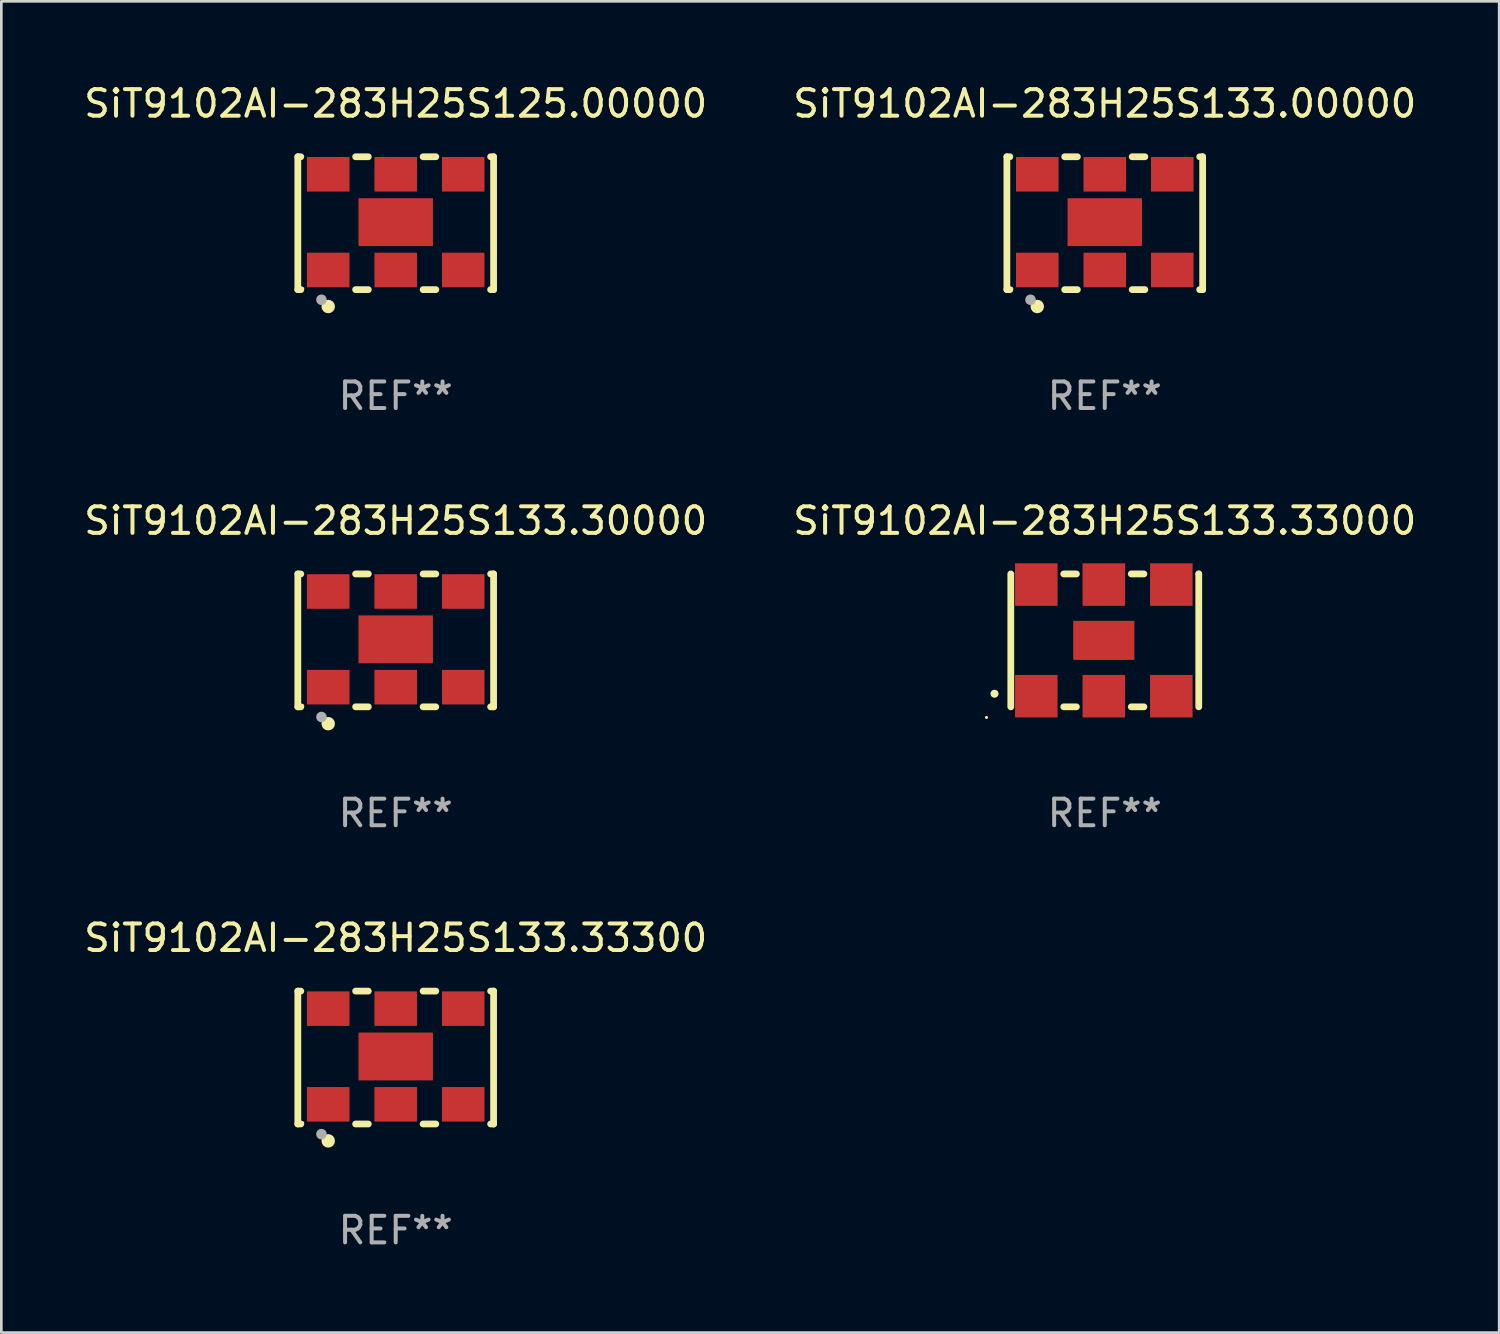
<source format=kicad_pcb>
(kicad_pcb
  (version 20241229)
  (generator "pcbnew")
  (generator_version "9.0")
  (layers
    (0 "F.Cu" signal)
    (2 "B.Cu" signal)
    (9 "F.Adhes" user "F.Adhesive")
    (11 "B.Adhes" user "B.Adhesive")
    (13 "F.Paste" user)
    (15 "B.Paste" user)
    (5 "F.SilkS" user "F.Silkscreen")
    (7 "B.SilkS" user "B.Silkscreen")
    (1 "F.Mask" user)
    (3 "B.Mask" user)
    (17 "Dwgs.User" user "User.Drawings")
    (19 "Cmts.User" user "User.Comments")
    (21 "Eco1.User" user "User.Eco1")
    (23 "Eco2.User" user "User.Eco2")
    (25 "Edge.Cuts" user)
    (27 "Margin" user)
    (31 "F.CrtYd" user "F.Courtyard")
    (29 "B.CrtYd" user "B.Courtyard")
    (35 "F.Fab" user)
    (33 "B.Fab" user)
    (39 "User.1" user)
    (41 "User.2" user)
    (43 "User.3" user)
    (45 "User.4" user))
  (footprint "SiT9102AI-283H25S125.00000"
    (layer "F.Cu")
    (at 11.839 5.348)
    (property "Reference" "SiT9102AI-283H25S125.00000" (at 0 -4.5 0) (layer "F.SilkS") (effects (font (size 1 1) (thickness 0.15))))
    (attr through_hole)
    (fp_line (start -3.683 -2.5) (end -3.571 -2.5) (stroke (width 0.254) (type solid)) (layer "F.SilkS"))
    (fp_line (start -3.683 2.5) (end -3.683 -2.5) (stroke (width 0.254) (type solid)) (layer "F.SilkS"))
    (fp_line (start -3.683 2.5) (end -3.571 2.5) (stroke (width 0.254) (type solid)) (layer "F.SilkS"))
    (fp_line (start -1.509 -2.5) (end -1.031 -2.5) (stroke (width 0.254) (type solid)) (layer "F.SilkS"))
    (fp_line (start -1.509 2.5) (end -1.031 2.5) (stroke (width 0.254) (type solid)) (layer "F.SilkS"))
    (fp_line (start 1.031 -2.5) (end 1.509 -2.5) (stroke (width 0.254) (type solid)) (layer "F.SilkS"))
    (fp_line (start 1.031 2.5) (end 1.509 2.5) (stroke (width 0.254) (type solid)) (layer "F.SilkS"))
    (fp_line (start 3.571 -2.5) (end 3.683 -2.5) (stroke (width 0.254) (type solid)) (layer "F.SilkS"))
    (fp_line (start 3.571 2.5) (end 3.683 2.5) (stroke (width 0.254) (type solid)) (layer "F.SilkS"))
    (fp_line (start 3.683 2.5) (end 3.683 -2.5) (stroke (width 0.254) (type solid)) (layer "F.SilkS"))
    (fp_circle (center -3.5 2.46) (end -3.47 2.46) (stroke (width 0.06) (type solid)) (fill no) (layer "F.SilkS"))
    (fp_circle (center -2.54 3.135) (end -2.413 3.135) (stroke (width 0.254) (type solid)) (fill no) (layer "F.SilkS"))
    (fp_circle (center -2.794 2.881) (end -2.694 2.881) (stroke (width 0.2) (type solid)) (fill no) (layer "F.Fab"))
    (fp_text user "REF**" (at 0 6.5 0) (layer "F.Fab") (effects (font (size 1 1) (thickness 0.15))))
    (pad "1" smd rect (at -2.54 1.76) (size 1.6 1.3) (layers "F.Cu" "F.Mask" "F.Paste"))
    (pad "2" smd rect (at 0 1.76) (size 1.6 1.3) (layers "F.Cu" "F.Mask" "F.Paste"))
    (pad "3" smd rect (at 2.54 1.76) (size 1.6 1.3) (layers "F.Cu" "F.Mask" "F.Paste"))
    (pad "4" smd rect (at 2.54 -1.84) (size 1.6 1.3) (layers "F.Cu" "F.Mask" "F.Paste"))
    (pad "5" smd rect (at 0 -1.84) (size 1.6 1.3) (layers "F.Cu" "F.Mask" "F.Paste"))
    (pad "6" smd rect (at -2.54 -1.84) (size 1.6 1.3) (layers "F.Cu" "F.Mask" "F.Paste"))
    (pad "7" smd rect (at 0 -0.04) (size 2.8 1.8) (layers "F.Cu" "F.Mask" "F.Paste")))
  (footprint "SiT9102AI-283H25S133.00000"
    (layer "F.Cu")
    (at 38.518 5.348)
    (property "Reference" "SiT9102AI-283H25S133.00000" (at 0 -4.5 0) (layer "F.SilkS") (effects (font (size 1 1) (thickness 0.15))))
    (attr through_hole)
    (fp_line (start -3.683 -2.5) (end -3.571 -2.5) (stroke (width 0.254) (type solid)) (layer "F.SilkS"))
    (fp_line (start -3.683 2.5) (end -3.683 -2.5) (stroke (width 0.254) (type solid)) (layer "F.SilkS"))
    (fp_line (start -3.683 2.5) (end -3.571 2.5) (stroke (width 0.254) (type solid)) (layer "F.SilkS"))
    (fp_line (start -1.509 -2.5) (end -1.031 -2.5) (stroke (width 0.254) (type solid)) (layer "F.SilkS"))
    (fp_line (start -1.509 2.5) (end -1.031 2.5) (stroke (width 0.254) (type solid)) (layer "F.SilkS"))
    (fp_line (start 1.031 -2.5) (end 1.509 -2.5) (stroke (width 0.254) (type solid)) (layer "F.SilkS"))
    (fp_line (start 1.031 2.5) (end 1.509 2.5) (stroke (width 0.254) (type solid)) (layer "F.SilkS"))
    (fp_line (start 3.571 -2.5) (end 3.683 -2.5) (stroke (width 0.254) (type solid)) (layer "F.SilkS"))
    (fp_line (start 3.571 2.5) (end 3.683 2.5) (stroke (width 0.254) (type solid)) (layer "F.SilkS"))
    (fp_line (start 3.683 2.5) (end 3.683 -2.5) (stroke (width 0.254) (type solid)) (layer "F.SilkS"))
    (fp_circle (center -3.5 2.46) (end -3.47 2.46) (stroke (width 0.06) (type solid)) (fill no) (layer "F.SilkS"))
    (fp_circle (center -2.54 3.135) (end -2.413 3.135) (stroke (width 0.254) (type solid)) (fill no) (layer "F.SilkS"))
    (fp_circle (center -2.794 2.881) (end -2.694 2.881) (stroke (width 0.2) (type solid)) (fill no) (layer "F.Fab"))
    (fp_text user "REF**" (at 0 6.5 0) (layer "F.Fab") (effects (font (size 1 1) (thickness 0.15))))
    (pad "1" smd rect (at -2.54 1.76) (size 1.6 1.3) (layers "F.Cu" "F.Mask" "F.Paste"))
    (pad "2" smd rect (at 0 1.76) (size 1.6 1.3) (layers "F.Cu" "F.Mask" "F.Paste"))
    (pad "3" smd rect (at 2.54 1.76) (size 1.6 1.3) (layers "F.Cu" "F.Mask" "F.Paste"))
    (pad "4" smd rect (at 2.54 -1.84) (size 1.6 1.3) (layers "F.Cu" "F.Mask" "F.Paste"))
    (pad "5" smd rect (at 0 -1.84) (size 1.6 1.3) (layers "F.Cu" "F.Mask" "F.Paste"))
    (pad "6" smd rect (at -2.54 -1.84) (size 1.6 1.3) (layers "F.Cu" "F.Mask" "F.Paste"))
    (pad "7" smd rect (at 0 -0.04) (size 2.8 1.8) (layers "F.Cu" "F.Mask" "F.Paste")))
  (footprint "SiT9102AI-283H25S133.30000"
    (layer "F.Cu")
    (at 11.839 21.045)
    (property "Reference" "SiT9102AI-283H25S133.30000" (at 0 -4.5 0) (layer "F.SilkS") (effects (font (size 1 1) (thickness 0.15))))
    (attr through_hole)
    (fp_line (start -3.683 -2.5) (end -3.571 -2.5) (stroke (width 0.254) (type solid)) (layer "F.SilkS"))
    (fp_line (start -3.683 2.5) (end -3.683 -2.5) (stroke (width 0.254) (type solid)) (layer "F.SilkS"))
    (fp_line (start -3.683 2.5) (end -3.571 2.5) (stroke (width 0.254) (type solid)) (layer "F.SilkS"))
    (fp_line (start -1.509 -2.5) (end -1.031 -2.5) (stroke (width 0.254) (type solid)) (layer "F.SilkS"))
    (fp_line (start -1.509 2.5) (end -1.031 2.5) (stroke (width 0.254) (type solid)) (layer "F.SilkS"))
    (fp_line (start 1.031 -2.5) (end 1.509 -2.5) (stroke (width 0.254) (type solid)) (layer "F.SilkS"))
    (fp_line (start 1.031 2.5) (end 1.509 2.5) (stroke (width 0.254) (type solid)) (layer "F.SilkS"))
    (fp_line (start 3.571 -2.5) (end 3.683 -2.5) (stroke (width 0.254) (type solid)) (layer "F.SilkS"))
    (fp_line (start 3.571 2.5) (end 3.683 2.5) (stroke (width 0.254) (type solid)) (layer "F.SilkS"))
    (fp_line (start 3.683 2.5) (end 3.683 -2.5) (stroke (width 0.254) (type solid)) (layer "F.SilkS"))
    (fp_circle (center -3.5 2.46) (end -3.47 2.46) (stroke (width 0.06) (type solid)) (fill no) (layer "F.SilkS"))
    (fp_circle (center -2.54 3.135) (end -2.413 3.135) (stroke (width 0.254) (type solid)) (fill no) (layer "F.SilkS"))
    (fp_circle (center -2.794 2.881) (end -2.694 2.881) (stroke (width 0.2) (type solid)) (fill no) (layer "F.Fab"))
    (fp_text user "REF**" (at 0 6.5 0) (layer "F.Fab") (effects (font (size 1 1) (thickness 0.15))))
    (pad "1" smd rect (at -2.54 1.76) (size 1.6 1.3) (layers "F.Cu" "F.Mask" "F.Paste"))
    (pad "2" smd rect (at 0 1.76) (size 1.6 1.3) (layers "F.Cu" "F.Mask" "F.Paste"))
    (pad "3" smd rect (at 2.54 1.76) (size 1.6 1.3) (layers "F.Cu" "F.Mask" "F.Paste"))
    (pad "4" smd rect (at 2.54 -1.84) (size 1.6 1.3) (layers "F.Cu" "F.Mask" "F.Paste"))
    (pad "5" smd rect (at 0 -1.84) (size 1.6 1.3) (layers "F.Cu" "F.Mask" "F.Paste"))
    (pad "6" smd rect (at -2.54 -1.84) (size 1.6 1.3) (layers "F.Cu" "F.Mask" "F.Paste"))
    (pad "7" smd rect (at 0 -0.04) (size 2.8 1.8) (layers "F.Cu" "F.Mask" "F.Paste")))
  (footprint "SiT9102AI-283H25S133.33300"
    (layer "F.Cu")
    (at 11.839 36.741)
    (property "Reference" "SiT9102AI-283H25S133.33300" (at 0 -4.5 0) (layer "F.SilkS") (effects (font (size 1 1) (thickness 0.15))))
    (attr through_hole)
    (fp_line (start -3.683 -2.5) (end -3.571 -2.5) (stroke (width 0.254) (type solid)) (layer "F.SilkS"))
    (fp_line (start -3.683 2.5) (end -3.683 -2.5) (stroke (width 0.254) (type solid)) (layer "F.SilkS"))
    (fp_line (start -3.683 2.5) (end -3.571 2.5) (stroke (width 0.254) (type solid)) (layer "F.SilkS"))
    (fp_line (start -1.509 -2.5) (end -1.031 -2.5) (stroke (width 0.254) (type solid)) (layer "F.SilkS"))
    (fp_line (start -1.509 2.5) (end -1.031 2.5) (stroke (width 0.254) (type solid)) (layer "F.SilkS"))
    (fp_line (start 1.031 -2.5) (end 1.509 -2.5) (stroke (width 0.254) (type solid)) (layer "F.SilkS"))
    (fp_line (start 1.031 2.5) (end 1.509 2.5) (stroke (width 0.254) (type solid)) (layer "F.SilkS"))
    (fp_line (start 3.571 -2.5) (end 3.683 -2.5) (stroke (width 0.254) (type solid)) (layer "F.SilkS"))
    (fp_line (start 3.571 2.5) (end 3.683 2.5) (stroke (width 0.254) (type solid)) (layer "F.SilkS"))
    (fp_line (start 3.683 2.5) (end 3.683 -2.5) (stroke (width 0.254) (type solid)) (layer "F.SilkS"))
    (fp_circle (center -3.5 2.46) (end -3.47 2.46) (stroke (width 0.06) (type solid)) (fill no) (layer "F.SilkS"))
    (fp_circle (center -2.54 3.135) (end -2.413 3.135) (stroke (width 0.254) (type solid)) (fill no) (layer "F.SilkS"))
    (fp_circle (center -2.794 2.881) (end -2.694 2.881) (stroke (width 0.2) (type solid)) (fill no) (layer "F.Fab"))
    (fp_text user "REF**" (at 0 6.5 0) (layer "F.Fab") (effects (font (size 1 1) (thickness 0.15))))
    (pad "1" smd rect (at -2.54 1.76) (size 1.6 1.3) (layers "F.Cu" "F.Mask" "F.Paste"))
    (pad "2" smd rect (at 0 1.76) (size 1.6 1.3) (layers "F.Cu" "F.Mask" "F.Paste"))
    (pad "3" smd rect (at 2.54 1.76) (size 1.6 1.3) (layers "F.Cu" "F.Mask" "F.Paste"))
    (pad "4" smd rect (at 2.54 -1.84) (size 1.6 1.3) (layers "F.Cu" "F.Mask" "F.Paste"))
    (pad "5" smd rect (at 0 -1.84) (size 1.6 1.3) (layers "F.Cu" "F.Mask" "F.Paste"))
    (pad "6" smd rect (at -2.54 -1.84) (size 1.6 1.3) (layers "F.Cu" "F.Mask" "F.Paste"))
    (pad "7" smd rect (at 0 -0.04) (size 2.8 1.8) (layers "F.Cu" "F.Mask" "F.Paste")))
  (footprint "SiT9102AI-283H25S133.33000"
    (layer "F.Cu")
    (at 38.518 21.045)
    (property "Reference" "SiT9102AI-283H25S133.33000" (at 0 -4.5 0) (layer "F.SilkS") (effects (font (size 1 1) (thickness 0.15))))
    (attr through_hole)
    (fp_line (start -3.536 -2.5) (end -3.536 2.5) (stroke (width 0.254) (type solid)) (layer "F.SilkS"))
    (fp_line (start -1.544 2.5) (end -1.067 2.5) (stroke (width 0.254) (type solid)) (layer "F.SilkS"))
    (fp_line (start -1.067 -2.5) (end -1.544 -2.5) (stroke (width 0.254) (type solid)) (layer "F.SilkS"))
    (fp_line (start 0.996 2.5) (end 1.473 2.5) (stroke (width 0.254) (type solid)) (layer "F.SilkS"))
    (fp_line (start 1.473 -2.5) (end 0.996 -2.5) (stroke (width 0.254) (type solid)) (layer "F.SilkS"))
    (fp_line (start 3.536 -2.5) (end 3.536 -2.5) (stroke (width 0.254) (type solid)) (layer "F.SilkS"))
    (fp_line (start 3.536 2.5) (end 3.536 -2.5) (stroke (width 0.254) (type solid)) (layer "F.SilkS"))
    (fp_arc (start -4.150432 2.006604) (mid -4.149162 2.006599) (end -4.147892 2.006604) (stroke (width 0.3) (type solid)) (layer "F.SilkS"))
    (fp_circle (center -4.449 2.9) (end -4.419 2.9) (stroke (width 0.06) (type solid)) (fill no) (layer "F.SilkS"))
    (fp_text user "REF**" (at 0 6.5 0) (layer "F.Fab") (effects (font (size 1 1) (thickness 0.15))))
    (pad "1" smd rect (at -2.576 2.1) (size 1.6 1.6) (layers "F.Cu" "F.Mask" "F.Paste"))
    (pad "2" smd rect (at -0.036 2.1) (size 1.6 1.6) (layers "F.Cu" "F.Mask" "F.Paste"))
    (pad "3" smd rect (at 2.504 2.1) (size 1.6 1.6) (layers "F.Cu" "F.Mask" "F.Paste"))
    (pad "4" smd rect (at 2.504 -2.1) (size 1.6 1.6) (layers "F.Cu" "F.Mask" "F.Paste"))
    (pad "5" smd rect (at -0.036 -2.1) (size 1.6 1.6) (layers "F.Cu" "F.Mask" "F.Paste"))
    (pad "6" smd rect (at -2.576 -2.1) (size 1.6 1.6) (layers "F.Cu" "F.Mask" "F.Paste"))
    (pad "7" smd rect (at -0.036 0) (size 2.3 1.47) (layers "F.Cu" "F.Mask" "F.Paste")))
  (gr_rect
    (start -3 -3)
    (end 53.357 47.09)
    (stroke (width 0.1) (type default))
    (fill no)
    (layer "Edge.Cuts")))
</source>
